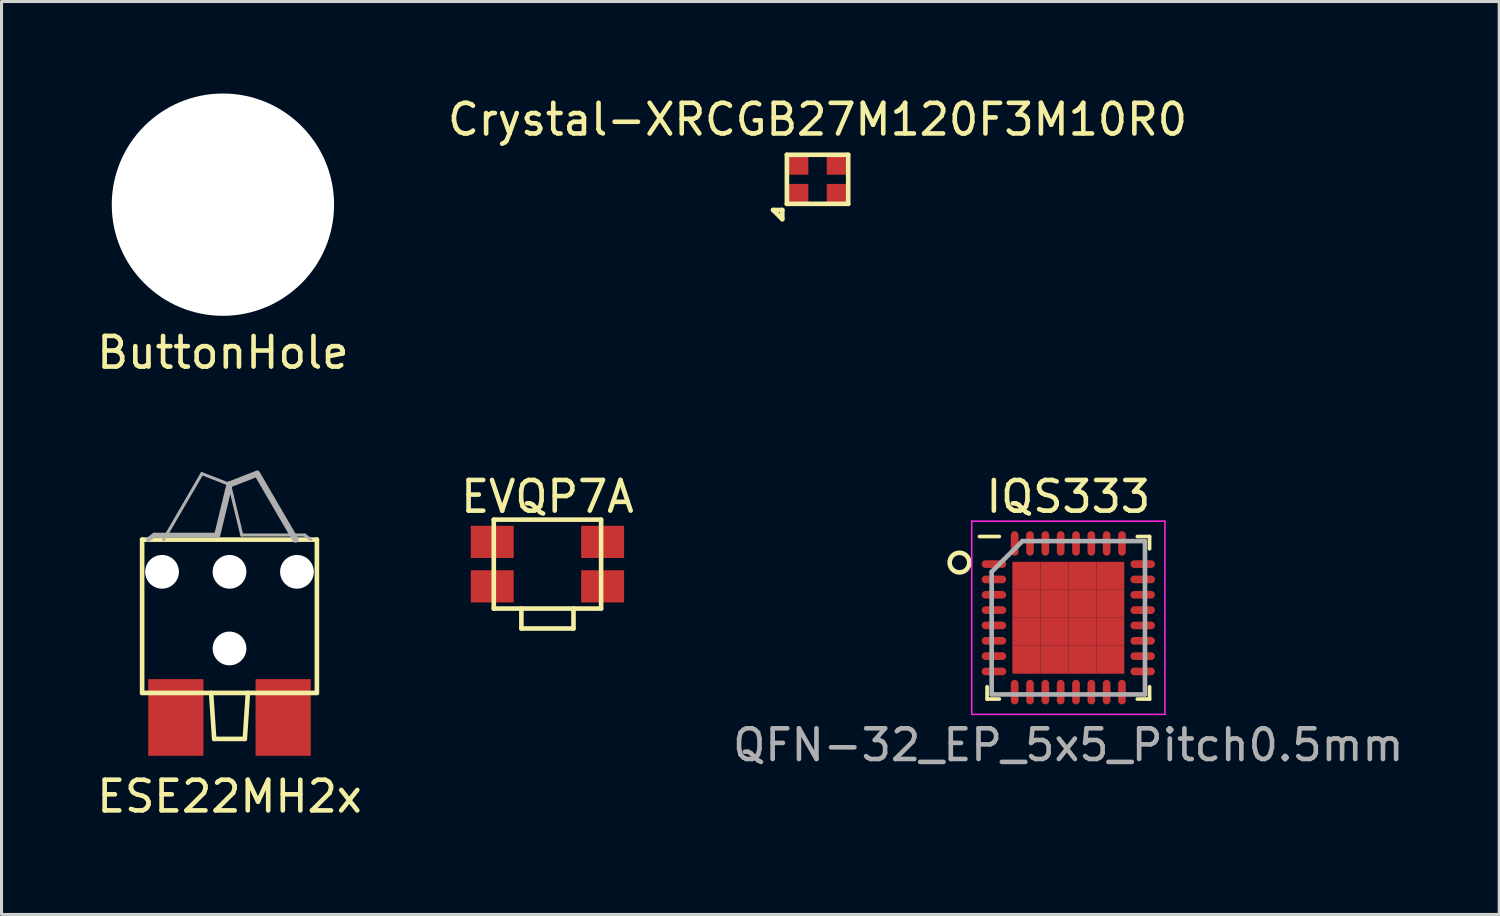
<source format=kicad_pcb>
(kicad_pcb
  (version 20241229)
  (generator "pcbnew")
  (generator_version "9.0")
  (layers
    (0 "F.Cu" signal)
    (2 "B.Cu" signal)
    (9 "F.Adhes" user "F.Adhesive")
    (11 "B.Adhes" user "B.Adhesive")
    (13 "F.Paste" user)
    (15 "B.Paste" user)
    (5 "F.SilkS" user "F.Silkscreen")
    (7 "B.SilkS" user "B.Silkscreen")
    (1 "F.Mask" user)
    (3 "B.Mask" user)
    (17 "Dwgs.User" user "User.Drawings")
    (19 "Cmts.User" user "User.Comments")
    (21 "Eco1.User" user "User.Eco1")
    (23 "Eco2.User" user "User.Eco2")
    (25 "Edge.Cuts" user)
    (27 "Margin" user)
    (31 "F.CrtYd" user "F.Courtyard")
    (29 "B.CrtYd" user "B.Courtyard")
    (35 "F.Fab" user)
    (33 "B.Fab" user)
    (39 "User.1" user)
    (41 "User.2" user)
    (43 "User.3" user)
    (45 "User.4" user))
  (footprint "Crystal-XRCGB27M120F3M10R0"
    (layer "F.Cu")
    (at 23.613 2.798)
    (property "Reference" "Crystal-XRCGB27M120F3M10R0" (at 0 -1.95 0) (layer "F.SilkS") (effects (font (size 1 1) (thickness 0.15))))
    (attr through_hole)
    (fp_line (start -1.15 1) (end -1.45 1) (stroke (width 0.15) (type solid)) (layer "F.SilkS"))
    (fp_line (start -1.15 1) (end -1.15 1.3) (stroke (width 0.15) (type solid)) (layer "F.SilkS"))
    (fp_line (start -1.15 1.3) (end -1.45 1) (stroke (width 0.15) (type solid)) (layer "F.SilkS"))
    (fp_line (start -1 -0.8) (end 1 -0.8) (stroke (width 0.15) (type solid)) (layer "F.SilkS"))
    (fp_line (start -1 0.8) (end -1 -0.8) (stroke (width 0.15) (type solid)) (layer "F.SilkS"))
    (fp_line (start 1 -0.8) (end 1 0.8) (stroke (width 0.15) (type solid)) (layer "F.SilkS"))
    (fp_line (start 1 0.8) (end -1 0.8) (stroke (width 0.15) (type solid)) (layer "F.SilkS"))
    (pad "1" smd rect (at -0.675 0.5) (size 0.75 0.7) (layers "F.Cu" "F.Mask" "F.Paste"))
    (pad "2" smd rect (at 0.675 0.5) (size 0.75 0.7) (layers "F.Cu" "F.Mask" "F.Paste"))
    (pad "3" smd rect (at 0.675 -0.5) (size 0.75 0.7) (layers "F.Cu" "F.Mask" "F.Paste"))
    (pad "4" smd rect (at -0.675 -0.5) (size 0.75 0.7) (layers "F.Cu" "F.Mask" "F.Paste")))
  (footprint "ButtonHole"
    (layer "F.Cu")
    (at 4.22 3.625)
    (property "Reference" "ButtonHole" (at 0 4.826 0) (layer "F.SilkS") (effects (font (size 1 1) (thickness 0.15))))
    (attr through_hole)
    (pad "" np_thru_hole circle (at 0 0 180) (size 7.25 7.25) (drill 7.25) (layers "*.Cu" "*.Mask")))
  (footprint "ESE22MH2x"
    (layer "F.Cu")
    (at 4.435 15.599)
    (property "Reference" "ESE22MH2x" (at 0 7.326 0) (layer "F.SilkS") (effects (font (size 1 1) (thickness 0.15))))
    (attr through_hole)
    (fp_line (start -2.85 -1.05) (end 2.85 -1.05) (stroke (width 0.15) (type solid)) (layer "F.SilkS"))
    (fp_line (start -2.85 3.95) (end -2.85 -1.05) (stroke (width 0.15) (type solid)) (layer "F.SilkS"))
    (fp_line (start -0.6 3.95) (end -0.5 5.45) (stroke (width 0.15) (type solid)) (layer "F.SilkS"))
    (fp_line (start -0.5 5.45) (end 0.5 5.45) (stroke (width 0.15) (type solid)) (layer "F.SilkS"))
    (fp_line (start 0.5 5.45) (end 0.6 3.95) (stroke (width 0.15) (type solid)) (layer "F.SilkS"))
    (fp_line (start 2.85 -1.05) (end 2.85 3.95) (stroke (width 0.15) (type solid)) (layer "F.SilkS"))
    (fp_line (start 2.85 3.95) (end -2.85 3.95) (stroke (width 0.15) (type solid)) (layer "F.SilkS"))
    (fp_line (start -2.45 -1.2) (end -2.65 -1.05) (stroke (width 0.15) (type solid)) (layer "F.Fab"))
    (fp_line (start -0.9 -3.2) (end -2.15 -1.05) (stroke (width 0.1) (type solid)) (layer "F.Fab"))
    (fp_line (start -0.4 -1.2) (end -2.45 -1.2) (stroke (width 0.15) (type solid)) (layer "F.Fab"))
    (fp_line (start 0 -2.85) (end -0.9 -3.2) (stroke (width 0.1) (type solid)) (layer "F.Fab"))
    (fp_line (start 0 -2.85) (end -0.4 -1.2) (stroke (width 0.2) (type solid)) (layer "F.Fab"))
    (fp_line (start 0 -2.85) (end 0.4 -1.2) (stroke (width 0.1) (type solid)) (layer "F.Fab"))
    (fp_line (start 0.4 -1.2) (end 2.45 -1.2) (stroke (width 0.1) (type solid)) (layer "F.Fab"))
    (fp_line (start 0.9 -3.2) (end 0 -2.85) (stroke (width 0.2) (type solid)) (layer "F.Fab"))
    (fp_line (start 0.9 -3.2) (end 2.15 -1.05) (stroke (width 0.2) (type solid)) (layer "F.Fab"))
    (fp_line (start 2.45 -1.2) (end 2.65 -1.05) (stroke (width 0.1) (type solid)) (layer "F.Fab"))
    (pad "" np_thru_hole circle (at -2.2 0) (size 1.1 1.1) (drill 1.1) (layers "*.Cu" "*.Mask"))
    (pad "" np_thru_hole circle (at 0 0) (size 1.1 1.1) (drill 1.1) (layers "*.Cu" "*.Mask"))
    (pad "" np_thru_hole circle (at 0 2.5) (size 1.1 1.1) (drill 1.1) (layers "*.Cu" "*.Mask"))
    (pad "" np_thru_hole circle (at 2.2 0) (size 1.1 1.1) (drill 1.1) (layers "*.Cu" "*.Mask"))
    (pad "1" smd rect (at -1.75 4.75) (size 1.8 2.5) (layers "F.Cu" "F.Mask" "F.Paste"))
    (pad "2" smd rect (at 1.75 4.75) (size 1.8 2.5) (layers "F.Cu" "F.Mask" "F.Paste")))
  (footprint "IQS333"
    (layer "F.Cu")
    (at 31.792 17.098)
    (property "Reference" "IQS333" (at 0 -3.95 0) (layer "F.SilkS") (effects (font (size 1 1) (thickness 0.15))))
    (attr through_hole)
    (fp_line (start -2.65 2.65) (end -2.65 2.25) (stroke (width 0.12) (type solid)) (layer "F.SilkS"))
    (fp_line (start -2.25 -2.65) (end -2.9 -2.65) (stroke (width 0.12) (type solid)) (layer "F.SilkS"))
    (fp_line (start -2.25 2.65) (end -2.65 2.65) (stroke (width 0.12) (type solid)) (layer "F.SilkS"))
    (fp_line (start 2.25 -2.65) (end 2.65 -2.65) (stroke (width 0.12) (type solid)) (layer "F.SilkS"))
    (fp_line (start 2.25 2.65) (end 2.65 2.65) (stroke (width 0.12) (type solid)) (layer "F.SilkS"))
    (fp_line (start 2.65 -2.65) (end 2.65 -2.25) (stroke (width 0.12) (type solid)) (layer "F.SilkS"))
    (fp_line (start 2.65 2.65) (end 2.65 2.25) (stroke (width 0.12) (type solid)) (layer "F.SilkS"))
    (fp_circle (center -3.55 -1.8) (end -3.3 -1.6) (stroke (width 0.15) (type solid)) (fill no) (layer "F.SilkS"))
    (fp_line (start -3.15 -3.15) (end 3.15 -3.15) (stroke (width 0.05) (type solid)) (layer "F.CrtYd"))
    (fp_line (start -3.15 3.15) (end -3.15 -3.15) (stroke (width 0.05) (type solid)) (layer "F.CrtYd"))
    (fp_line (start 3.15 -3.15) (end 3.15 3.15) (stroke (width 0.05) (type solid)) (layer "F.CrtYd"))
    (fp_line (start 3.15 3.15) (end -3.15 3.15) (stroke (width 0.05) (type solid)) (layer "F.CrtYd"))
    (fp_line (start -2.5 -1.5) (end -2.5 2.5) (stroke (width 0.15) (type solid)) (layer "F.Fab"))
    (fp_line (start -2.5 2.5) (end 2.5 2.5) (stroke (width 0.15) (type solid)) (layer "F.Fab"))
    (fp_line (start -1.5 -2.5) (end -2.5 -1.5) (stroke (width 0.15) (type solid)) (layer "F.Fab"))
    (fp_line (start 2.5 -2.5) (end -1.5 -2.5) (stroke (width 0.15) (type solid)) (layer "F.Fab"))
    (fp_line (start 2.5 2.5) (end 2.5 -2.5) (stroke (width 0.15) (type solid)) (layer "F.Fab"))
    (fp_text user "QFN-32_EP_5x5_Pitch0.5mm" (at 0 4.15 0) (layer "F.Fab") (effects (font (size 1 1) (thickness 0.15))))
    (pad "1" smd oval (at -2.425 -1.75 90) (size 0.25 0.8) (layers "F.Cu" "F.Mask" "F.Paste"))
    (pad "2" smd oval (at -2.425 -1.25 90) (size 0.25 0.8) (layers "F.Cu" "F.Mask" "F.Paste"))
    (pad "3" smd oval (at -2.425 -0.75 90) (size 0.25 0.8) (layers "F.Cu" "F.Mask" "F.Paste"))
    (pad "4" smd oval (at -2.425 -0.25 90) (size 0.25 0.8) (layers "F.Cu" "F.Mask" "F.Paste"))
    (pad "5" smd oval (at -2.425 0.25 90) (size 0.25 0.8) (layers "F.Cu" "F.Mask" "F.Paste"))
    (pad "6" smd oval (at -2.425 0.75 90) (size 0.25 0.8) (layers "F.Cu" "F.Mask" "F.Paste"))
    (pad "7" smd oval (at -2.425 1.25 90) (size 0.25 0.8) (layers "F.Cu" "F.Mask" "F.Paste"))
    (pad "8" smd oval (at -2.425 1.75 90) (size 0.25 0.8) (layers "F.Cu" "F.Mask" "F.Paste"))
    (pad "9" smd oval (at -1.75 2.425) (size 0.25 0.8) (layers "F.Cu" "F.Mask" "F.Paste"))
    (pad "10" smd oval (at -1.25 2.425) (size 0.25 0.8) (layers "F.Cu" "F.Mask" "F.Paste"))
    (pad "11" smd oval (at -0.75 2.425) (size 0.25 0.8) (layers "F.Cu" "F.Mask" "F.Paste"))
    (pad "12" smd oval (at -0.25 2.425) (size 0.25 0.8) (layers "F.Cu" "F.Mask" "F.Paste"))
    (pad "13" smd oval (at 0.25 2.425) (size 0.25 0.8) (layers "F.Cu" "F.Mask" "F.Paste"))
    (pad "14" smd oval (at 0.75 2.425) (size 0.25 0.8) (layers "F.Cu" "F.Mask" "F.Paste"))
    (pad "15" smd oval (at 1.25 2.425) (size 0.25 0.8) (layers "F.Cu" "F.Mask" "F.Paste"))
    (pad "16" smd oval (at 1.75 2.425) (size 0.25 0.8) (layers "F.Cu" "F.Mask" "F.Paste"))
    (pad "17" smd oval (at 2.425 1.75 90) (size 0.25 0.8) (layers "F.Cu" "F.Mask" "F.Paste"))
    (pad "18" smd oval (at 2.425 1.25 90) (size 0.25 0.8) (layers "F.Cu" "F.Mask" "F.Paste"))
    (pad "19" smd oval (at 2.425 0.75 90) (size 0.25 0.8) (layers "F.Cu" "F.Mask" "F.Paste"))
    (pad "20" smd oval (at 2.425 0.25 90) (size 0.25 0.8) (layers "F.Cu" "F.Mask" "F.Paste"))
    (pad "21" smd oval (at 2.425 -0.25 90) (size 0.25 0.8) (layers "F.Cu" "F.Mask" "F.Paste"))
    (pad "22" smd oval (at 2.425 -0.75 90) (size 0.25 0.8) (layers "F.Cu" "F.Mask" "F.Paste"))
    (pad "23" smd oval (at 2.425 -1.25 90) (size 0.25 0.8) (layers "F.Cu" "F.Mask" "F.Paste"))
    (pad "24" smd oval (at 2.425 -1.75 90) (size 0.25 0.8) (layers "F.Cu" "F.Mask" "F.Paste"))
    (pad "25" smd oval (at 1.75 -2.425) (size 0.25 0.8) (layers "F.Cu" "F.Mask" "F.Paste"))
    (pad "26" smd oval (at 1.25 -2.425) (size 0.25 0.8) (layers "F.Cu" "F.Mask" "F.Paste"))
    (pad "27" smd oval (at 0.75 -2.425) (size 0.25 0.8) (layers "F.Cu" "F.Mask" "F.Paste"))
    (pad "28" smd oval (at 0.25 -2.425) (size 0.25 0.8) (layers "F.Cu" "F.Mask" "F.Paste"))
    (pad "29" smd oval (at -0.25 -2.425) (size 0.25 0.8) (layers "F.Cu" "F.Mask" "F.Paste"))
    (pad "30" smd oval (at -0.75 -2.425) (size 0.25 0.8) (layers "F.Cu" "F.Mask" "F.Paste"))
    (pad "31" smd oval (at -1.25 -2.425) (size 0.25 0.8) (layers "F.Cu" "F.Mask" "F.Paste"))
    (pad "32" smd oval (at -1.75 -2.425) (size 0.25 0.8) (layers "F.Cu" "F.Mask" "F.Paste"))
    (pad "33" smd rect (at -1.369 -1.369) (size 0.912 0.912) (layers "F.Cu" "F.Mask" "F.Paste"))
    (pad "33" smd rect (at -1.369 -0.456) (size 0.912 0.912) (layers "F.Cu" "F.Mask" "F.Paste"))
    (pad "33" smd rect (at -1.369 0.456) (size 0.912 0.912) (layers "F.Cu" "F.Mask" "F.Paste"))
    (pad "33" smd rect (at -1.369 1.369) (size 0.912 0.912) (layers "F.Cu" "F.Mask" "F.Paste"))
    (pad "33" smd rect (at -0.456 -1.369) (size 0.912 0.912) (layers "F.Cu" "F.Mask" "F.Paste"))
    (pad "33" smd rect (at -0.456 -0.456) (size 0.912 0.912) (layers "F.Cu" "F.Mask" "F.Paste"))
    (pad "33" smd rect (at -0.456 0.456) (size 0.912 0.912) (layers "F.Cu" "F.Mask" "F.Paste"))
    (pad "33" smd rect (at -0.456 1.369) (size 0.912 0.912) (layers "F.Cu" "F.Mask" "F.Paste"))
    (pad "33" smd rect (at 0.456 -1.369) (size 0.912 0.912) (layers "F.Cu" "F.Mask" "F.Paste"))
    (pad "33" smd rect (at 0.456 -0.456) (size 0.912 0.912) (layers "F.Cu" "F.Mask" "F.Paste"))
    (pad "33" smd rect (at 0.456 0.456) (size 0.912 0.912) (layers "F.Cu" "F.Mask" "F.Paste"))
    (pad "33" smd rect (at 0.456 1.369) (size 0.912 0.912) (layers "F.Cu" "F.Mask" "F.Paste"))
    (pad "33" smd rect (at 1.369 -1.369) (size 0.912 0.912) (layers "F.Cu" "F.Mask" "F.Paste"))
    (pad "33" smd rect (at 1.369 -0.456) (size 0.912 0.912) (layers "F.Cu" "F.Mask" "F.Paste"))
    (pad "33" smd rect (at 1.369 0.456) (size 0.912 0.912) (layers "F.Cu" "F.Mask" "F.Paste"))
    (pad "33" smd rect (at 1.369 1.369) (size 0.912 0.912) (layers "F.Cu" "F.Mask" "F.Paste")))
  (footprint "EVQP7A"
    (layer "F.Cu")
    (at 14.804 15.348)
    (property "Reference" "EVQP7A" (at 0 -2.2 0) (layer "F.SilkS") (effects (font (size 1 1) (thickness 0.15))))
    (attr through_hole)
    (fp_line (start -1.75 -1.45) (end 1.75 -1.45) (stroke (width 0.15) (type solid)) (layer "F.SilkS"))
    (fp_line (start -1.75 1.45) (end -1.75 -1.45) (stroke (width 0.15) (type solid)) (layer "F.SilkS"))
    (fp_line (start -0.85 1.45) (end -0.85 2.1) (stroke (width 0.15) (type solid)) (layer "F.SilkS"))
    (fp_line (start -0.85 2.1) (end 0.85 2.1) (stroke (width 0.15) (type solid)) (layer "F.SilkS"))
    (fp_line (start 0.85 2.1) (end 0.85 1.45) (stroke (width 0.15) (type solid)) (layer "F.SilkS"))
    (fp_line (start 1.75 -1.45) (end 1.75 1.45) (stroke (width 0.15) (type solid)) (layer "F.SilkS"))
    (fp_line (start 1.75 1.45) (end -1.75 1.45) (stroke (width 0.15) (type solid)) (layer "F.SilkS"))
    (pad "1" smd rect (at -1.8 -0.725) (size 1.4 1.05) (layers "F.Cu" "F.Mask" "F.Paste"))
    (pad "1" smd rect (at 1.8 -0.725) (size 1.4 1.05) (layers "F.Cu" "F.Mask" "F.Paste"))
    (pad "2" smd rect (at -1.8 0.725) (size 1.4 1.05) (layers "F.Cu" "F.Mask" "F.Paste"))
    (pad "2" smd rect (at 1.8 0.725) (size 1.4 1.05) (layers "F.Cu" "F.Mask" "F.Paste")))
  (gr_rect
    (start -3 -3)
    (end 45.845 26.773)
    (stroke (width 0.1) (type default))
    (fill no)
    (layer "Edge.Cuts")))
</source>
